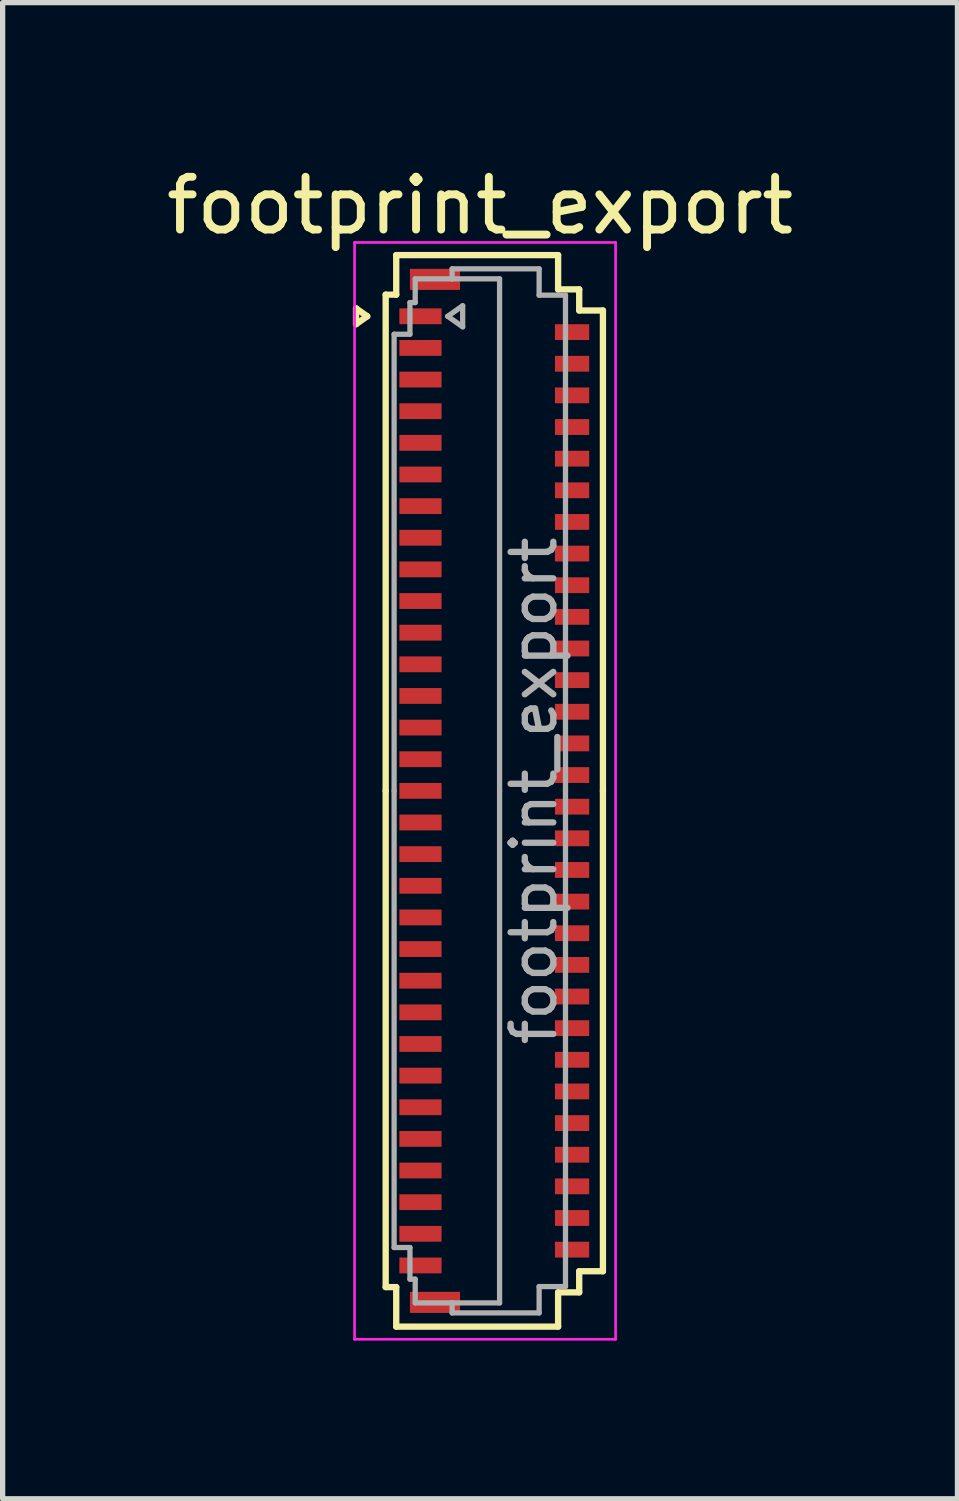
<source format=kicad_pcb>
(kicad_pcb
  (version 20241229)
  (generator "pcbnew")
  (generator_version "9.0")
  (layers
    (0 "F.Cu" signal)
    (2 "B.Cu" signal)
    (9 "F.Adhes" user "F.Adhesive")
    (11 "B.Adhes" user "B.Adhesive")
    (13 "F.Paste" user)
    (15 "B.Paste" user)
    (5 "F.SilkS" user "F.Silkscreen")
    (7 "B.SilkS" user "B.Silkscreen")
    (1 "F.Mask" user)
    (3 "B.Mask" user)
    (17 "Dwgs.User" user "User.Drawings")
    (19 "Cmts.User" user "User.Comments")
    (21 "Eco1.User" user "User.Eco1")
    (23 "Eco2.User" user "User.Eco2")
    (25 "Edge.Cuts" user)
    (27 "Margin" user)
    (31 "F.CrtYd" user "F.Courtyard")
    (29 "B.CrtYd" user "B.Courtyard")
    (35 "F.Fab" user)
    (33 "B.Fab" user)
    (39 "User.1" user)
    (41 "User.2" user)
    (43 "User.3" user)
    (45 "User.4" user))
  (footprint "footprint_export"
    (layer "F.Cu")
    (at 6.324 11.948)
    (property "Reference" "footprint_export" (at -0.27 -11.1 0) (layer "F.SilkS") (effects (font (size 1 1) (thickness 0.15))))
    (attr smd)
    (fp_line (start -2.622 -9.15) (end -2.41 -9) (stroke (width 0.12) (type solid)) (layer "F.SilkS"))
    (fp_line (start -2.622 -8.85) (end -2.622 -9.15) (stroke (width 0.12) (type solid)) (layer "F.SilkS"))
    (fp_line (start -2.41 -9) (end -2.622 -8.85) (stroke (width 0.12) (type solid)) (layer "F.SilkS"))
    (fp_line (start -2.06 -9.41) (end -2.06 0) (stroke (width 0.12) (type solid)) (layer "F.SilkS"))
    (fp_line (start -2.06 9.41) (end -2.06 0) (stroke (width 0.12) (type solid)) (layer "F.SilkS"))
    (fp_line (start -1.86 -10.16) (end -1.86 -9.41) (stroke (width 0.12) (type solid)) (layer "F.SilkS"))
    (fp_line (start -1.86 -9.41) (end -2.06 -9.41) (stroke (width 0.12) (type solid)) (layer "F.SilkS"))
    (fp_line (start -1.86 9.41) (end -2.06 9.41) (stroke (width 0.12) (type solid)) (layer "F.SilkS"))
    (fp_line (start -1.86 10.16) (end -1.86 9.41) (stroke (width 0.12) (type solid)) (layer "F.SilkS"))
    (fp_line (start 1.21 -10.16) (end -1.86 -10.16) (stroke (width 0.12) (type solid)) (layer "F.SilkS"))
    (fp_line (start 1.21 -9.51) (end 1.21 -10.16) (stroke (width 0.12) (type solid)) (layer "F.SilkS"))
    (fp_line (start 1.21 9.51) (end 1.21 10.16) (stroke (width 0.12) (type solid)) (layer "F.SilkS"))
    (fp_line (start 1.21 10.16) (end -1.86 10.16) (stroke (width 0.12) (type solid)) (layer "F.SilkS"))
    (fp_line (start 1.61 -9.51) (end 1.21 -9.51) (stroke (width 0.12) (type solid)) (layer "F.SilkS"))
    (fp_line (start 1.61 -9.11) (end 1.61 -9.51) (stroke (width 0.12) (type solid)) (layer "F.SilkS"))
    (fp_line (start 1.61 9.11) (end 1.61 9.51) (stroke (width 0.12) (type solid)) (layer "F.SilkS"))
    (fp_line (start 1.61 9.51) (end 1.21 9.51) (stroke (width 0.12) (type solid)) (layer "F.SilkS"))
    (fp_line (start 2.06 -9.11) (end 1.61 -9.11) (stroke (width 0.12) (type solid)) (layer "F.SilkS"))
    (fp_line (start 2.06 0) (end 2.06 -9.11) (stroke (width 0.12) (type solid)) (layer "F.SilkS"))
    (fp_line (start 2.06 0) (end 2.06 9.11) (stroke (width 0.12) (type solid)) (layer "F.SilkS"))
    (fp_line (start 2.06 9.11) (end 1.61 9.11) (stroke (width 0.12) (type solid)) (layer "F.SilkS"))
    (fp_line (start -2.65 -10.4) (end -2.65 10.4) (stroke (width 0.05) (type solid)) (layer "F.CrtYd"))
    (fp_line (start -2.65 10.4) (end 2.3 10.4) (stroke (width 0.05) (type solid)) (layer "F.CrtYd"))
    (fp_line (start 2.3 -10.4) (end -2.65 -10.4) (stroke (width 0.05) (type solid)) (layer "F.CrtYd"))
    (fp_line (start 2.3 10.4) (end 2.3 -10.4) (stroke (width 0.05) (type solid)) (layer "F.CrtYd"))
    (fp_line (start -1.9 -8.66) (end -1.6 -8.66) (stroke (width 0.1) (type solid)) (layer "F.Fab"))
    (fp_line (start -1.9 0) (end -1.9 -8.66) (stroke (width 0.1) (type solid)) (layer "F.Fab"))
    (fp_line (start -1.9 0) (end -1.9 8.66) (stroke (width 0.1) (type solid)) (layer "F.Fab"))
    (fp_line (start -1.9 8.66) (end -1.6 8.66) (stroke (width 0.1) (type solid)) (layer "F.Fab"))
    (fp_line (start -1.6 -9.26) (end -1.5 -9.26) (stroke (width 0.1) (type solid)) (layer "F.Fab"))
    (fp_line (start -1.6 -8.66) (end -1.6 -9.26) (stroke (width 0.1) (type solid)) (layer "F.Fab"))
    (fp_line (start -1.6 8.66) (end -1.6 9.26) (stroke (width 0.1) (type solid)) (layer "F.Fab"))
    (fp_line (start -1.6 9.26) (end -1.5 9.26) (stroke (width 0.1) (type solid)) (layer "F.Fab"))
    (fp_line (start -1.5 -9.71) (end -0.8 -9.71) (stroke (width 0.1) (type solid)) (layer "F.Fab"))
    (fp_line (start -1.5 -9.26) (end -1.5 -9.71) (stroke (width 0.1) (type solid)) (layer "F.Fab"))
    (fp_line (start -1.5 9.26) (end -1.5 9.71) (stroke (width 0.1) (type solid)) (layer "F.Fab"))
    (fp_line (start -1.5 9.71) (end -0.8 9.71) (stroke (width 0.1) (type solid)) (layer "F.Fab"))
    (fp_line (start -0.883 -9) (end -0.6 -8.8) (stroke (width 0.1) (type solid)) (layer "F.Fab"))
    (fp_line (start -0.8 -9.9) (end 0.85 -9.9) (stroke (width 0.1) (type solid)) (layer "F.Fab"))
    (fp_line (start -0.8 -9.71) (end -0.8 -9.9) (stroke (width 0.1) (type solid)) (layer "F.Fab"))
    (fp_line (start -0.8 9.71) (end -0.8 9.9) (stroke (width 0.1) (type solid)) (layer "F.Fab"))
    (fp_line (start -0.8 9.9) (end 0.85 9.9) (stroke (width 0.1) (type solid)) (layer "F.Fab"))
    (fp_line (start -0.6 -9.2) (end -0.883 -9) (stroke (width 0.1) (type solid)) (layer "F.Fab"))
    (fp_line (start -0.6 -8.8) (end -0.6 -9.2) (stroke (width 0.1) (type solid)) (layer "F.Fab"))
    (fp_line (start 0.1 -9.71) (end -0.8 -9.71) (stroke (width 0.1) (type solid)) (layer "F.Fab"))
    (fp_line (start 0.1 0) (end 0.1 -9.71) (stroke (width 0.1) (type solid)) (layer "F.Fab"))
    (fp_line (start 0.1 0) (end 0.1 9.71) (stroke (width 0.1) (type solid)) (layer "F.Fab"))
    (fp_line (start 0.1 9.71) (end -0.8 9.71) (stroke (width 0.1) (type solid)) (layer "F.Fab"))
    (fp_line (start 0.85 -9.9) (end 0.85 -9.4) (stroke (width 0.1) (type solid)) (layer "F.Fab"))
    (fp_line (start 0.85 -9.4) (end 1.35 -9.4) (stroke (width 0.1) (type solid)) (layer "F.Fab"))
    (fp_line (start 0.85 9.4) (end 1.35 9.4) (stroke (width 0.1) (type solid)) (layer "F.Fab"))
    (fp_line (start 0.85 9.9) (end 0.85 9.4) (stroke (width 0.1) (type solid)) (layer "F.Fab"))
    (fp_line (start 1.35 -9.4) (end 1.35 0) (stroke (width 0.1) (type solid)) (layer "F.Fab"))
    (fp_line (start 1.35 9.4) (end 1.35 0) (stroke (width 0.1) (type solid)) (layer "F.Fab"))
    (fp_text user "${REFERENCE}" (at 0.75 0 90) (layer "F.Fab") (effects (font (size 0.81 0.81) (thickness 0.12))))
    (pad "1" smd rect (at -1.4 -9) (size 0.8 0.3) (layers "F.Cu" "F.Mask" "F.Paste"))
    (pad "2" smd rect (at 1.475 -8.7) (size 0.65 0.3) (layers "F.Cu" "F.Mask" "F.Paste"))
    (pad "3" smd rect (at -1.4 -8.4) (size 0.8 0.3) (layers "F.Cu" "F.Mask" "F.Paste"))
    (pad "4" smd rect (at 1.475 -8.1) (size 0.65 0.3) (layers "F.Cu" "F.Mask" "F.Paste"))
    (pad "5" smd rect (at -1.4 -7.8) (size 0.8 0.3) (layers "F.Cu" "F.Mask" "F.Paste"))
    (pad "6" smd rect (at 1.475 -7.5) (size 0.65 0.3) (layers "F.Cu" "F.Mask" "F.Paste"))
    (pad "7" smd rect (at -1.4 -7.2) (size 0.8 0.3) (layers "F.Cu" "F.Mask" "F.Paste"))
    (pad "8" smd rect (at 1.475 -6.9) (size 0.65 0.3) (layers "F.Cu" "F.Mask" "F.Paste"))
    (pad "9" smd rect (at -1.4 -6.6) (size 0.8 0.3) (layers "F.Cu" "F.Mask" "F.Paste"))
    (pad "10" smd rect (at 1.475 -6.3) (size 0.65 0.3) (layers "F.Cu" "F.Mask" "F.Paste"))
    (pad "11" smd rect (at -1.4 -6) (size 0.8 0.3) (layers "F.Cu" "F.Mask" "F.Paste"))
    (pad "12" smd rect (at 1.475 -5.7) (size 0.65 0.3) (layers "F.Cu" "F.Mask" "F.Paste"))
    (pad "13" smd rect (at -1.4 -5.4) (size 0.8 0.3) (layers "F.Cu" "F.Mask" "F.Paste"))
    (pad "14" smd rect (at 1.475 -5.1) (size 0.65 0.3) (layers "F.Cu" "F.Mask" "F.Paste"))
    (pad "15" smd rect (at -1.4 -4.8) (size 0.8 0.3) (layers "F.Cu" "F.Mask" "F.Paste"))
    (pad "16" smd rect (at 1.475 -4.5) (size 0.65 0.3) (layers "F.Cu" "F.Mask" "F.Paste"))
    (pad "17" smd rect (at -1.4 -4.2) (size 0.8 0.3) (layers "F.Cu" "F.Mask" "F.Paste"))
    (pad "18" smd rect (at 1.475 -3.9) (size 0.65 0.3) (layers "F.Cu" "F.Mask" "F.Paste"))
    (pad "19" smd rect (at -1.4 -3.6) (size 0.8 0.3) (layers "F.Cu" "F.Mask" "F.Paste"))
    (pad "20" smd rect (at 1.475 -3.3) (size 0.65 0.3) (layers "F.Cu" "F.Mask" "F.Paste"))
    (pad "21" smd rect (at -1.4 -3) (size 0.8 0.3) (layers "F.Cu" "F.Mask" "F.Paste"))
    (pad "22" smd rect (at 1.475 -2.7) (size 0.65 0.3) (layers "F.Cu" "F.Mask" "F.Paste"))
    (pad "23" smd rect (at -1.4 -2.4) (size 0.8 0.3) (layers "F.Cu" "F.Mask" "F.Paste"))
    (pad "24" smd rect (at 1.475 -2.1) (size 0.65 0.3) (layers "F.Cu" "F.Mask" "F.Paste"))
    (pad "25" smd rect (at -1.4 -1.8) (size 0.8 0.3) (layers "F.Cu" "F.Mask" "F.Paste"))
    (pad "26" smd rect (at 1.475 -1.5) (size 0.65 0.3) (layers "F.Cu" "F.Mask" "F.Paste"))
    (pad "27" smd rect (at -1.4 -1.2) (size 0.8 0.3) (layers "F.Cu" "F.Mask" "F.Paste"))
    (pad "28" smd rect (at 1.475 -0.9) (size 0.65 0.3) (layers "F.Cu" "F.Mask" "F.Paste"))
    (pad "29" smd rect (at -1.4 -0.6) (size 0.8 0.3) (layers "F.Cu" "F.Mask" "F.Paste"))
    (pad "30" smd rect (at 1.475 -0.3) (size 0.65 0.3) (layers "F.Cu" "F.Mask" "F.Paste"))
    (pad "31" smd rect (at -1.4 0) (size 0.8 0.3) (layers "F.Cu" "F.Mask" "F.Paste"))
    (pad "32" smd rect (at 1.475 0.3) (size 0.65 0.3) (layers "F.Cu" "F.Mask" "F.Paste"))
    (pad "33" smd rect (at -1.4 0.6) (size 0.8 0.3) (layers "F.Cu" "F.Mask" "F.Paste"))
    (pad "34" smd rect (at 1.475 0.9) (size 0.65 0.3) (layers "F.Cu" "F.Mask" "F.Paste"))
    (pad "35" smd rect (at -1.4 1.2) (size 0.8 0.3) (layers "F.Cu" "F.Mask" "F.Paste"))
    (pad "36" smd rect (at 1.475 1.5) (size 0.65 0.3) (layers "F.Cu" "F.Mask" "F.Paste"))
    (pad "37" smd rect (at -1.4 1.8) (size 0.8 0.3) (layers "F.Cu" "F.Mask" "F.Paste"))
    (pad "38" smd rect (at 1.475 2.1) (size 0.65 0.3) (layers "F.Cu" "F.Mask" "F.Paste"))
    (pad "39" smd rect (at -1.4 2.4) (size 0.8 0.3) (layers "F.Cu" "F.Mask" "F.Paste"))
    (pad "40" smd rect (at 1.475 2.7) (size 0.65 0.3) (layers "F.Cu" "F.Mask" "F.Paste"))
    (pad "41" smd rect (at -1.4 3) (size 0.8 0.3) (layers "F.Cu" "F.Mask" "F.Paste"))
    (pad "42" smd rect (at 1.475 3.3) (size 0.65 0.3) (layers "F.Cu" "F.Mask" "F.Paste"))
    (pad "43" smd rect (at -1.4 3.6) (size 0.8 0.3) (layers "F.Cu" "F.Mask" "F.Paste"))
    (pad "44" smd rect (at 1.475 3.9) (size 0.65 0.3) (layers "F.Cu" "F.Mask" "F.Paste"))
    (pad "45" smd rect (at -1.4 4.2) (size 0.8 0.3) (layers "F.Cu" "F.Mask" "F.Paste"))
    (pad "46" smd rect (at 1.475 4.5) (size 0.65 0.3) (layers "F.Cu" "F.Mask" "F.Paste"))
    (pad "47" smd rect (at -1.4 4.8) (size 0.8 0.3) (layers "F.Cu" "F.Mask" "F.Paste"))
    (pad "48" smd rect (at 1.475 5.1) (size 0.65 0.3) (layers "F.Cu" "F.Mask" "F.Paste"))
    (pad "49" smd rect (at -1.4 5.4) (size 0.8 0.3) (layers "F.Cu" "F.Mask" "F.Paste"))
    (pad "50" smd rect (at 1.475 5.7) (size 0.65 0.3) (layers "F.Cu" "F.Mask" "F.Paste"))
    (pad "51" smd rect (at -1.4 6) (size 0.8 0.3) (layers "F.Cu" "F.Mask" "F.Paste"))
    (pad "52" smd rect (at 1.475 6.3) (size 0.65 0.3) (layers "F.Cu" "F.Mask" "F.Paste"))
    (pad "53" smd rect (at -1.4 6.6) (size 0.8 0.3) (layers "F.Cu" "F.Mask" "F.Paste"))
    (pad "54" smd rect (at 1.475 6.9) (size 0.65 0.3) (layers "F.Cu" "F.Mask" "F.Paste"))
    (pad "55" smd rect (at -1.4 7.2) (size 0.8 0.3) (layers "F.Cu" "F.Mask" "F.Paste"))
    (pad "56" smd rect (at 1.475 7.5) (size 0.65 0.3) (layers "F.Cu" "F.Mask" "F.Paste"))
    (pad "57" smd rect (at -1.4 7.8) (size 0.8 0.3) (layers "F.Cu" "F.Mask" "F.Paste"))
    (pad "58" smd rect (at 1.475 8.1) (size 0.65 0.3) (layers "F.Cu" "F.Mask" "F.Paste"))
    (pad "59" smd rect (at -1.4 8.4) (size 0.8 0.3) (layers "F.Cu" "F.Mask" "F.Paste"))
    (pad "60" smd rect (at 1.475 8.7) (size 0.65 0.3) (layers "F.Cu" "F.Mask" "F.Paste"))
    (pad "61" smd rect (at -1.4 9) (size 0.8 0.3) (layers "F.Cu" "F.Mask" "F.Paste"))
    (pad "MP" smd rect (at -1.125 -9.7) (size 0.95 0.4) (layers "F.Cu" "F.Mask" "F.Paste"))
    (pad "MP" smd rect (at -1.125 9.7) (size 0.95 0.4) (layers "F.Cu" "F.Mask" "F.Paste")))
  (gr_rect
    (start -3 -3)
    (end 15.107 25.373)
    (stroke (width 0.1) (type default))
    (fill no)
    (layer "Edge.Cuts")))
</source>
